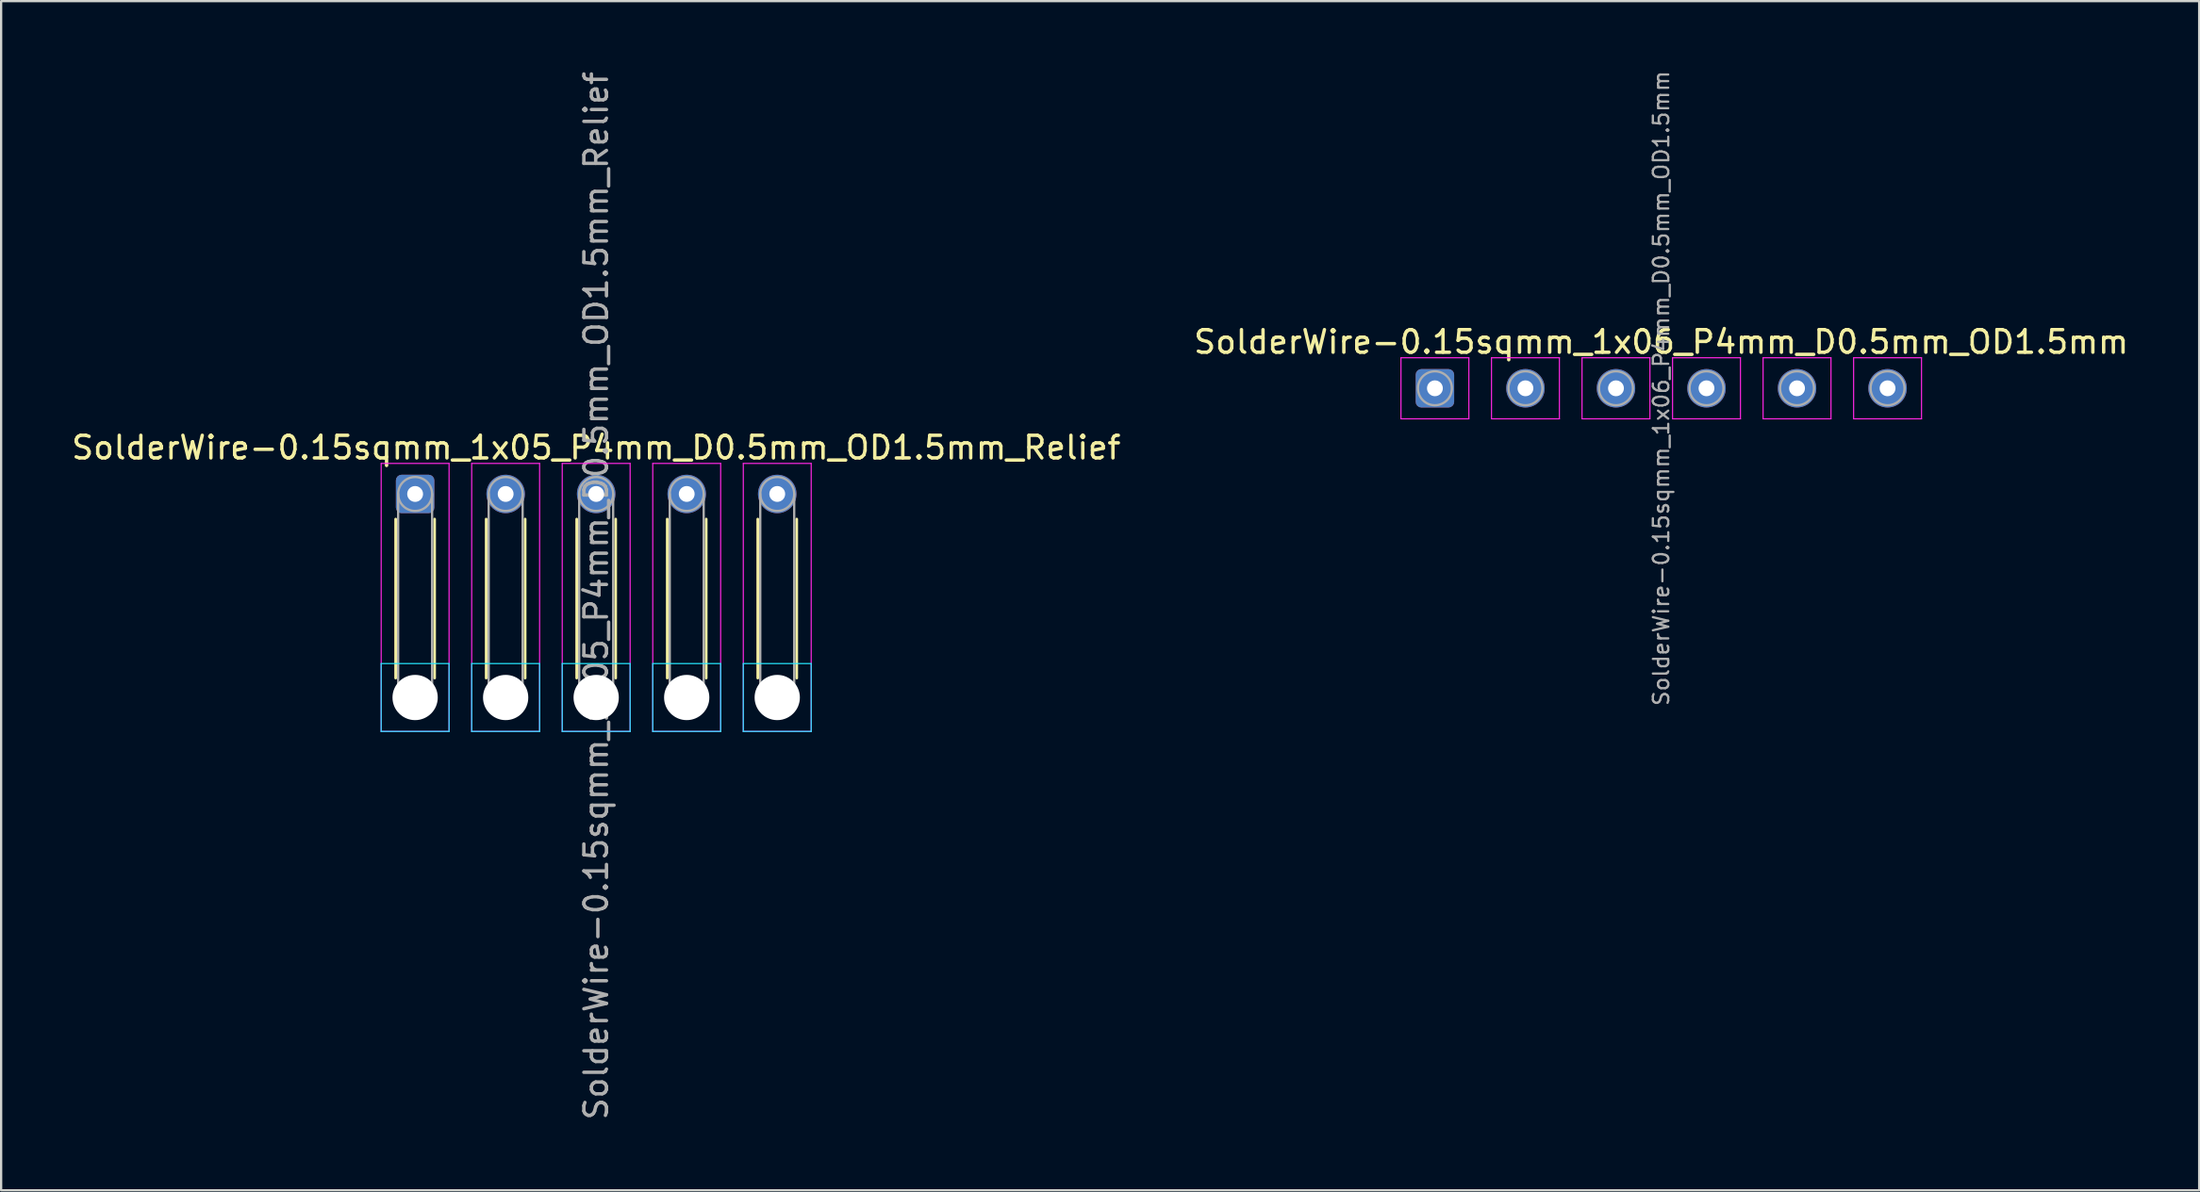
<source format=kicad_pcb>
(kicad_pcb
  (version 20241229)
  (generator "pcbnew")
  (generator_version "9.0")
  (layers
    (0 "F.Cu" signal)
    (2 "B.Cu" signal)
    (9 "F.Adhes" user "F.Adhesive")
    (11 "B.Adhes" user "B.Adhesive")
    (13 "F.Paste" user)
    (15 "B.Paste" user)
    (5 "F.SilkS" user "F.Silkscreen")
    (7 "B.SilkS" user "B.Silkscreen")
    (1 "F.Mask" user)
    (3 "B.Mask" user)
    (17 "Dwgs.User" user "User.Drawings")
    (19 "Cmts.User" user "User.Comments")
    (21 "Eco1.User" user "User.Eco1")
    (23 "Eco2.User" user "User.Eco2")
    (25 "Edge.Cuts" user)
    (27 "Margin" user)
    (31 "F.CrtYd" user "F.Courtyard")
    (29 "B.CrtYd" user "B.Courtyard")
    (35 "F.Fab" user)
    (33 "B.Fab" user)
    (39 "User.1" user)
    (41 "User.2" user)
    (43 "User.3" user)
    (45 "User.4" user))
  (footprint "SolderWire-0.15sqmm_1x05_P4mm_D0.5mm_OD1.5mm_Relief"
    (layer "F.Cu")
    (at 15.292 18.792)
    (property "Reference" "SolderWire-0.15sqmm_1x05_P4mm_D0.5mm_OD1.5mm_Relief" (at 8 -2.05 0) (layer "F.SilkS") (effects (font (size 1 1) (thickness 0.15))))
    (attr exclude_from_pos_files exclude_from_bom)
    (fp_line (start -0.86 1.11) (end -0.86 8.14) (stroke (width 0.12) (type solid)) (layer "F.SilkS"))
    (fp_line (start 0.86 1.11) (end 0.86 8.14) (stroke (width 0.12) (type solid)) (layer "F.SilkS"))
    (fp_line (start 3.14 1.11) (end 3.14 8.14) (stroke (width 0.12) (type solid)) (layer "F.SilkS"))
    (fp_line (start 4.86 1.11) (end 4.86 8.14) (stroke (width 0.12) (type solid)) (layer "F.SilkS"))
    (fp_line (start 7.14 1.11) (end 7.14 8.14) (stroke (width 0.12) (type solid)) (layer "F.SilkS"))
    (fp_line (start 8.86 1.11) (end 8.86 8.14) (stroke (width 0.12) (type solid)) (layer "F.SilkS"))
    (fp_line (start 11.14 1.11) (end 11.14 8.14) (stroke (width 0.12) (type solid)) (layer "F.SilkS"))
    (fp_line (start 12.86 1.11) (end 12.86 8.14) (stroke (width 0.12) (type solid)) (layer "F.SilkS"))
    (fp_line (start 15.14 1.11) (end 15.14 8.14) (stroke (width 0.12) (type solid)) (layer "F.SilkS"))
    (fp_line (start 16.86 1.11) (end 16.86 8.14) (stroke (width 0.12) (type solid)) (layer "F.SilkS"))
    (fp_line (start -1.5 7.5) (end -1.5 10.5) (stroke (width 0.05) (type solid)) (layer "B.CrtYd"))
    (fp_line (start -1.5 10.5) (end 1.5 10.5) (stroke (width 0.05) (type solid)) (layer "B.CrtYd"))
    (fp_line (start 1.5 7.5) (end -1.5 7.5) (stroke (width 0.05) (type solid)) (layer "B.CrtYd"))
    (fp_line (start 1.5 10.5) (end 1.5 7.5) (stroke (width 0.05) (type solid)) (layer "B.CrtYd"))
    (fp_line (start 2.5 7.5) (end 2.5 10.5) (stroke (width 0.05) (type solid)) (layer "B.CrtYd"))
    (fp_line (start 2.5 10.5) (end 5.5 10.5) (stroke (width 0.05) (type solid)) (layer "B.CrtYd"))
    (fp_line (start 5.5 7.5) (end 2.5 7.5) (stroke (width 0.05) (type solid)) (layer "B.CrtYd"))
    (fp_line (start 5.5 10.5) (end 5.5 7.5) (stroke (width 0.05) (type solid)) (layer "B.CrtYd"))
    (fp_line (start 6.5 7.5) (end 6.5 10.5) (stroke (width 0.05) (type solid)) (layer "B.CrtYd"))
    (fp_line (start 6.5 10.5) (end 9.5 10.5) (stroke (width 0.05) (type solid)) (layer "B.CrtYd"))
    (fp_line (start 9.5 7.5) (end 6.5 7.5) (stroke (width 0.05) (type solid)) (layer "B.CrtYd"))
    (fp_line (start 9.5 10.5) (end 9.5 7.5) (stroke (width 0.05) (type solid)) (layer "B.CrtYd"))
    (fp_line (start 10.5 7.5) (end 10.5 10.5) (stroke (width 0.05) (type solid)) (layer "B.CrtYd"))
    (fp_line (start 10.5 10.5) (end 13.5 10.5) (stroke (width 0.05) (type solid)) (layer "B.CrtYd"))
    (fp_line (start 13.5 7.5) (end 10.5 7.5) (stroke (width 0.05) (type solid)) (layer "B.CrtYd"))
    (fp_line (start 13.5 10.5) (end 13.5 7.5) (stroke (width 0.05) (type solid)) (layer "B.CrtYd"))
    (fp_line (start 14.5 7.5) (end 14.5 10.5) (stroke (width 0.05) (type solid)) (layer "B.CrtYd"))
    (fp_line (start 14.5 10.5) (end 17.5 10.5) (stroke (width 0.05) (type solid)) (layer "B.CrtYd"))
    (fp_line (start 17.5 7.5) (end 14.5 7.5) (stroke (width 0.05) (type solid)) (layer "B.CrtYd"))
    (fp_line (start 17.5 10.5) (end 17.5 7.5) (stroke (width 0.05) (type solid)) (layer "B.CrtYd"))
    (fp_line (start -1.5 -1.35) (end -1.5 10.5) (stroke (width 0.05) (type solid)) (layer "F.CrtYd"))
    (fp_line (start -1.5 10.5) (end 1.5 10.5) (stroke (width 0.05) (type solid)) (layer "F.CrtYd"))
    (fp_line (start 1.5 -1.35) (end -1.5 -1.35) (stroke (width 0.05) (type solid)) (layer "F.CrtYd"))
    (fp_line (start 1.5 10.5) (end 1.5 -1.35) (stroke (width 0.05) (type solid)) (layer "F.CrtYd"))
    (fp_line (start 2.5 -1.35) (end 2.5 10.5) (stroke (width 0.05) (type solid)) (layer "F.CrtYd"))
    (fp_line (start 2.5 10.5) (end 5.5 10.5) (stroke (width 0.05) (type solid)) (layer "F.CrtYd"))
    (fp_line (start 5.5 -1.35) (end 2.5 -1.35) (stroke (width 0.05) (type solid)) (layer "F.CrtYd"))
    (fp_line (start 5.5 10.5) (end 5.5 -1.35) (stroke (width 0.05) (type solid)) (layer "F.CrtYd"))
    (fp_line (start 6.5 -1.35) (end 6.5 10.5) (stroke (width 0.05) (type solid)) (layer "F.CrtYd"))
    (fp_line (start 6.5 10.5) (end 9.5 10.5) (stroke (width 0.05) (type solid)) (layer "F.CrtYd"))
    (fp_line (start 9.5 -1.35) (end 6.5 -1.35) (stroke (width 0.05) (type solid)) (layer "F.CrtYd"))
    (fp_line (start 9.5 10.5) (end 9.5 -1.35) (stroke (width 0.05) (type solid)) (layer "F.CrtYd"))
    (fp_line (start 10.5 -1.35) (end 10.5 10.5) (stroke (width 0.05) (type solid)) (layer "F.CrtYd"))
    (fp_line (start 10.5 10.5) (end 13.5 10.5) (stroke (width 0.05) (type solid)) (layer "F.CrtYd"))
    (fp_line (start 13.5 -1.35) (end 10.5 -1.35) (stroke (width 0.05) (type solid)) (layer "F.CrtYd"))
    (fp_line (start 13.5 10.5) (end 13.5 -1.35) (stroke (width 0.05) (type solid)) (layer "F.CrtYd"))
    (fp_line (start 14.5 -1.35) (end 14.5 10.5) (stroke (width 0.05) (type solid)) (layer "F.CrtYd"))
    (fp_line (start 14.5 10.5) (end 17.5 10.5) (stroke (width 0.05) (type solid)) (layer "F.CrtYd"))
    (fp_line (start 17.5 -1.35) (end 14.5 -1.35) (stroke (width 0.05) (type solid)) (layer "F.CrtYd"))
    (fp_line (start 17.5 10.5) (end 17.5 -1.35) (stroke (width 0.05) (type solid)) (layer "F.CrtYd"))
    (fp_line (start -0.75 0) (end -0.75 9) (stroke (width 0.1) (type solid)) (layer "F.Fab"))
    (fp_line (start 0.75 0) (end 0.75 9) (stroke (width 0.1) (type solid)) (layer "F.Fab"))
    (fp_line (start 3.25 0) (end 3.25 9) (stroke (width 0.1) (type solid)) (layer "F.Fab"))
    (fp_line (start 4.75 0) (end 4.75 9) (stroke (width 0.1) (type solid)) (layer "F.Fab"))
    (fp_line (start 7.25 0) (end 7.25 9) (stroke (width 0.1) (type solid)) (layer "F.Fab"))
    (fp_line (start 8.75 0) (end 8.75 9) (stroke (width 0.1) (type solid)) (layer "F.Fab"))
    (fp_line (start 11.25 0) (end 11.25 9) (stroke (width 0.1) (type solid)) (layer "F.Fab"))
    (fp_line (start 12.75 0) (end 12.75 9) (stroke (width 0.1) (type solid)) (layer "F.Fab"))
    (fp_line (start 15.25 0) (end 15.25 9) (stroke (width 0.1) (type solid)) (layer "F.Fab"))
    (fp_line (start 16.75 0) (end 16.75 9) (stroke (width 0.1) (type solid)) (layer "F.Fab"))
    (fp_circle (center 0 0) (end 0.75 0) (stroke (width 0.1) (type solid)) (fill no) (layer "F.Fab"))
    (fp_circle (center 0 9) (end 0.75 9) (stroke (width 0.1) (type solid)) (fill no) (layer "F.Fab"))
    (fp_circle (center 4 0) (end 4.75 0) (stroke (width 0.1) (type solid)) (fill no) (layer "F.Fab"))
    (fp_circle (center 4 9) (end 4.75 9) (stroke (width 0.1) (type solid)) (fill no) (layer "F.Fab"))
    (fp_circle (center 8 0) (end 8.75 0) (stroke (width 0.1) (type solid)) (fill no) (layer "F.Fab"))
    (fp_circle (center 8 9) (end 8.75 9) (stroke (width 0.1) (type solid)) (fill no) (layer "F.Fab"))
    (fp_circle (center 12 0) (end 12.75 0) (stroke (width 0.1) (type solid)) (fill no) (layer "F.Fab"))
    (fp_circle (center 12 9) (end 12.75 9) (stroke (width 0.1) (type solid)) (fill no) (layer "F.Fab"))
    (fp_circle (center 16 0) (end 16.75 0) (stroke (width 0.1) (type solid)) (fill no) (layer "F.Fab"))
    (fp_circle (center 16 9) (end 16.75 9) (stroke (width 0.1) (type solid)) (fill no) (layer "F.Fab"))
    (fp_text user "${REFERENCE}" (at 8 4.5 90) (layer "F.Fab") (effects (font (size 1 1) (thickness 0.15))))
    (pad "" np_thru_hole circle (at 0 9) (size 2 2) (drill 2) (layers "*.Cu" "*.Mask"))
    (pad "" np_thru_hole circle (at 4 9) (size 2 2) (drill 2) (layers "*.Cu" "*.Mask"))
    (pad "" np_thru_hole circle (at 8 9) (size 2 2) (drill 2) (layers "*.Cu" "*.Mask"))
    (pad "" np_thru_hole circle (at 12 9) (size 2 2) (drill 2) (layers "*.Cu" "*.Mask"))
    (pad "" np_thru_hole circle (at 16 9) (size 2 2) (drill 2) (layers "*.Cu" "*.Mask"))
    (pad "1" thru_hole roundrect (at 0 0) (size 1.7 1.7) (drill 0.7) (layers "*.Cu" "*.Mask") (roundrect_rratio 0.147))
    (pad "2" thru_hole circle (at 4 0) (size 1.7 1.7) (drill 0.7) (layers "*.Cu" "*.Mask"))
    (pad "3" thru_hole circle (at 8 0) (size 1.7 1.7) (drill 0.7) (layers "*.Cu" "*.Mask"))
    (pad "4" thru_hole circle (at 12 0) (size 1.7 1.7) (drill 0.7) (layers "*.Cu" "*.Mask"))
    (pad "5" thru_hole circle (at 16 0) (size 1.7 1.7) (drill 0.7) (layers "*.Cu" "*.Mask")))
  (footprint "SolderWire-0.15sqmm_1x06_P4mm_D0.5mm_OD1.5mm"
    (layer "F.Cu")
    (at 60.351 14.119)
    (property "Reference" "SolderWire-0.15sqmm_1x06_P4mm_D0.5mm_OD1.5mm" (at 10 -2.05 0) (layer "F.SilkS") (effects (font (size 1 1) (thickness 0.15))))
    (attr exclude_from_pos_files exclude_from_bom)
    (fp_line (start -1.5 -1.35) (end -1.5 1.35) (stroke (width 0.05) (type solid)) (layer "F.CrtYd"))
    (fp_line (start -1.5 1.35) (end 1.5 1.35) (stroke (width 0.05) (type solid)) (layer "F.CrtYd"))
    (fp_line (start 1.5 -1.35) (end -1.5 -1.35) (stroke (width 0.05) (type solid)) (layer "F.CrtYd"))
    (fp_line (start 1.5 1.35) (end 1.5 -1.35) (stroke (width 0.05) (type solid)) (layer "F.CrtYd"))
    (fp_line (start 2.5 -1.35) (end 2.5 1.35) (stroke (width 0.05) (type solid)) (layer "F.CrtYd"))
    (fp_line (start 2.5 1.35) (end 5.5 1.35) (stroke (width 0.05) (type solid)) (layer "F.CrtYd"))
    (fp_line (start 5.5 -1.35) (end 2.5 -1.35) (stroke (width 0.05) (type solid)) (layer "F.CrtYd"))
    (fp_line (start 5.5 1.35) (end 5.5 -1.35) (stroke (width 0.05) (type solid)) (layer "F.CrtYd"))
    (fp_line (start 6.5 -1.35) (end 6.5 1.35) (stroke (width 0.05) (type solid)) (layer "F.CrtYd"))
    (fp_line (start 6.5 1.35) (end 9.5 1.35) (stroke (width 0.05) (type solid)) (layer "F.CrtYd"))
    (fp_line (start 9.5 -1.35) (end 6.5 -1.35) (stroke (width 0.05) (type solid)) (layer "F.CrtYd"))
    (fp_line (start 9.5 1.35) (end 9.5 -1.35) (stroke (width 0.05) (type solid)) (layer "F.CrtYd"))
    (fp_line (start 10.5 -1.35) (end 10.5 1.35) (stroke (width 0.05) (type solid)) (layer "F.CrtYd"))
    (fp_line (start 10.5 1.35) (end 13.5 1.35) (stroke (width 0.05) (type solid)) (layer "F.CrtYd"))
    (fp_line (start 13.5 -1.35) (end 10.5 -1.35) (stroke (width 0.05) (type solid)) (layer "F.CrtYd"))
    (fp_line (start 13.5 1.35) (end 13.5 -1.35) (stroke (width 0.05) (type solid)) (layer "F.CrtYd"))
    (fp_line (start 14.5 -1.35) (end 14.5 1.35) (stroke (width 0.05) (type solid)) (layer "F.CrtYd"))
    (fp_line (start 14.5 1.35) (end 17.5 1.35) (stroke (width 0.05) (type solid)) (layer "F.CrtYd"))
    (fp_line (start 17.5 -1.35) (end 14.5 -1.35) (stroke (width 0.05) (type solid)) (layer "F.CrtYd"))
    (fp_line (start 17.5 1.35) (end 17.5 -1.35) (stroke (width 0.05) (type solid)) (layer "F.CrtYd"))
    (fp_line (start 18.5 -1.35) (end 18.5 1.35) (stroke (width 0.05) (type solid)) (layer "F.CrtYd"))
    (fp_line (start 18.5 1.35) (end 21.5 1.35) (stroke (width 0.05) (type solid)) (layer "F.CrtYd"))
    (fp_line (start 21.5 -1.35) (end 18.5 -1.35) (stroke (width 0.05) (type solid)) (layer "F.CrtYd"))
    (fp_line (start 21.5 1.35) (end 21.5 -1.35) (stroke (width 0.05) (type solid)) (layer "F.CrtYd"))
    (fp_circle (center 0 0) (end 0.75 0) (stroke (width 0.1) (type solid)) (fill no) (layer "F.Fab"))
    (fp_circle (center 4 0) (end 4.75 0) (stroke (width 0.1) (type solid)) (fill no) (layer "F.Fab"))
    (fp_circle (center 8 0) (end 8.75 0) (stroke (width 0.1) (type solid)) (fill no) (layer "F.Fab"))
    (fp_circle (center 12 0) (end 12.75 0) (stroke (width 0.1) (type solid)) (fill no) (layer "F.Fab"))
    (fp_circle (center 16 0) (end 16.75 0) (stroke (width 0.1) (type solid)) (fill no) (layer "F.Fab"))
    (fp_circle (center 20 0) (end 20.75 0) (stroke (width 0.1) (type solid)) (fill no) (layer "F.Fab"))
    (fp_text user "${REFERENCE}" (at 10 0 90) (layer "F.Fab") (effects (font (size 0.68 0.68) (thickness 0.1))))
    (pad "1" thru_hole roundrect (at 0 0) (size 1.7 1.7) (drill 0.7) (layers "*.Cu" "*.Mask") (roundrect_rratio 0.147))
    (pad "2" thru_hole circle (at 4 0) (size 1.7 1.7) (drill 0.7) (layers "*.Cu" "*.Mask"))
    (pad "3" thru_hole circle (at 8 0) (size 1.7 1.7) (drill 0.7) (layers "*.Cu" "*.Mask"))
    (pad "4" thru_hole circle (at 12 0) (size 1.7 1.7) (drill 0.7) (layers "*.Cu" "*.Mask"))
    (pad "5" thru_hole circle (at 16 0) (size 1.7 1.7) (drill 0.7) (layers "*.Cu" "*.Mask"))
    (pad "6" thru_hole circle (at 20 0) (size 1.7 1.7) (drill 0.7) (layers "*.Cu" "*.Mask")))
  (gr_rect
    (start -3 -3)
    (end 94.119 49.583)
    (stroke (width 0.1) (type default))
    (fill no)
    (layer "Edge.Cuts")))
</source>
